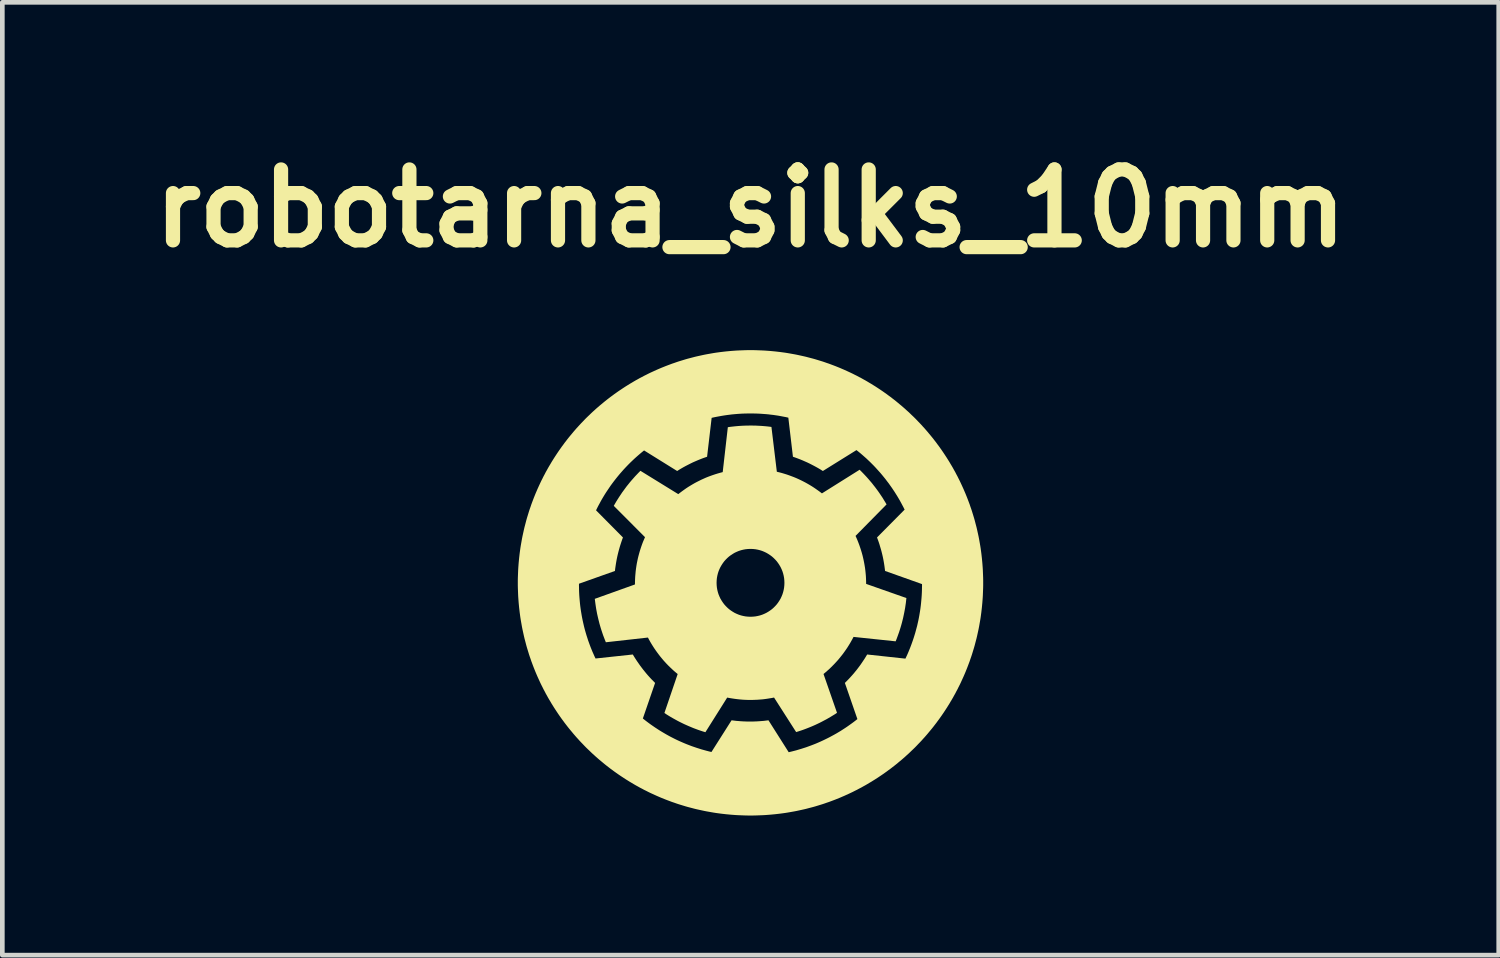
<source format=kicad_pcb>
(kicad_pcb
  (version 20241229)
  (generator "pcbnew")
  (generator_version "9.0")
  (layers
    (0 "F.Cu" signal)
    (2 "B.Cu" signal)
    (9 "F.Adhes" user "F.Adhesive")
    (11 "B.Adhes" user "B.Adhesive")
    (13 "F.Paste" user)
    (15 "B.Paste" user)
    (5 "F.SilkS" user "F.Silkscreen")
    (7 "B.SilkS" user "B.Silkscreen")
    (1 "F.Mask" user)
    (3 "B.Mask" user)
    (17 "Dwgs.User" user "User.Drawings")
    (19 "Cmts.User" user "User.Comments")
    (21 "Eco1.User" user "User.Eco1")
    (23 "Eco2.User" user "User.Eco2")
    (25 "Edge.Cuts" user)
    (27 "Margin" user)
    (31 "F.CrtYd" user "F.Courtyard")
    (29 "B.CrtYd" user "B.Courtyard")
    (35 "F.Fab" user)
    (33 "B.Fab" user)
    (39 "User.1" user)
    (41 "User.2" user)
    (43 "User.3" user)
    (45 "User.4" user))
  (footprint "robotarna_silks_10mm"
    (layer "F.Cu")
    (at 13.077 9.474)
    (property "Reference" "robotarna_silks_10mm" (at 0 -8.048 0) (layer "F.SilkS") (effects (font (size 1.524 1.524) (thickness 0.305))))
    (attr smd)
    (fp_poly (pts (xy -0.000008 0.729) (xy -3.306 0.613) (xy -3.296 0.666) (xy -3.284 0.719) (xy -3.272 0.771) (xy -3.259 0.823) (xy -3.246 0.875) (xy -3.231 0.927) (xy -3.216 0.978) (xy -3.2 1.028) (xy -3.183 1.079) (xy -3.166 1.129) (xy -3.147 1.178) (xy -3.128 1.228) (xy -3.108 1.277) (xy -2.204 1.176) (xy -2.179 1.223) (xy -2.153 1.27) (xy -2.125 1.317) (xy -2.097 1.362) (xy -2.068 1.407) (xy -2.037 1.452) (xy -2.006 1.495) (xy -1.974 1.538) (xy -1.941 1.581) (xy -1.907 1.622) (xy -1.873 1.663) (xy -1.837 1.703) (xy -1.801 1.742) (xy -1.763 1.781) (xy -1.725 1.818) (xy -1.686 1.855) (xy -1.647 1.891) (xy -1.606 1.926) (xy -1.565 1.96) (xy -1.85 2.797) (xy -1.805 2.827) (xy -1.76 2.855) (xy -1.714 2.883) (xy -1.667 2.91) (xy -1.62 2.936) (xy -1.573 2.962) (xy -1.525 2.987) (xy -1.476 3.011) (xy -1.427 3.035) (xy -1.378 3.057) (xy -1.328 3.079) (xy -1.278 3.1) (xy -1.228 3.121) (xy -1.177 3.14) (xy -1.126 3.159) (xy -1.074 3.177) (xy -1.022 3.194) (xy -0.969 3.21) (xy -0.501 2.466) (xy -0.447 2.476) (xy -0.392 2.485) (xy -0.338 2.493) (xy -0.283 2.5) (xy -0.227 2.506) (xy -0.171 2.511) (xy -0.115 2.514) (xy -0.059 2.516) (xy -0.002 2.516) (xy 0.05 2.516) (xy 0.102 2.514) (xy 0.154 2.512) (xy 0.205 2.508) (xy 0.256 2.504) (xy 0.307 2.498) (xy 0.357 2.491) (xy 0.407 2.483) (xy 0.457 2.475) (xy 0.506 2.465) (xy 0.981 3.207) (xy 1.033 3.191) (xy 1.085 3.174) (xy 1.137 3.156) (xy 1.188 3.137) (xy 1.239 3.117) (xy 1.289 3.097) (xy 1.339 3.076) (xy 1.389 3.054) (xy 1.438 3.031) (xy 1.486 3.008) (xy 1.535 2.983) (xy 1.582 2.958) (xy 1.63 2.933) (xy 1.677 2.906) (xy 1.723 2.879) (xy 1.769 2.851) (xy 1.815 2.823) (xy 1.859 2.793) (xy 1.569 1.959) (xy 1.61 1.925) (xy 1.651 1.889) (xy 1.692 1.853) (xy 1.731 1.815) (xy 1.769 1.777) (xy 1.807 1.738) (xy 1.844 1.698) (xy 1.88 1.658) (xy 1.915 1.616) (xy 1.949 1.574) (xy 1.983 1.531) (xy 2.015 1.487) (xy 2.046 1.443) (xy 2.077 1.398) (xy 2.106 1.352) (xy 2.135 1.305) (xy 2.162 1.258) (xy 2.189 1.21) (xy 2.214 1.162) (xy 3.119 1.257) (xy 3.139 1.208) (xy 3.157 1.159) (xy 3.175 1.109) (xy 3.193 1.059) (xy 3.209 1.009) (xy 3.225 0.958) (xy 3.24 0.907) (xy 3.254 0.856) (xy 3.267 0.804) (xy 3.28 0.752) (xy 3.291 0.7) (xy 3.302 0.648) (xy 3.312 0.595) (xy 3.322 0.542) (xy 3.33 0.488) (xy 3.338 0.435) (xy 3.344 0.381) (xy 3.35 0.327) (xy 2.485 0.023) (xy 2.484 -0.035) (xy 2.482 -0.093) (xy 2.479 -0.15) (xy 2.474 -0.207) (xy 2.468 -0.264) (xy 2.461 -0.32) (xy 2.452 -0.375) (xy 2.442 -0.431) (xy 2.431 -0.486) (xy 2.419 -0.54) (xy 2.406 -0.594) (xy 2.391 -0.648) (xy 2.375 -0.701) (xy 2.358 -0.753) (xy 2.34 -0.806) (xy 2.321 -0.857) (xy 2.301 -0.908) (xy 2.28 -0.958) (xy 2.257 -1.008) (xy 2.924 -1.685) (xy 2.895 -1.734) (xy 2.866 -1.781) (xy 2.837 -1.829) (xy 2.806 -1.875) (xy 2.775 -1.921) (xy 2.743 -1.967) (xy 2.71 -2.012) (xy 2.677 -2.056) (xy 2.642 -2.1) (xy 2.608 -2.144) (xy 2.572 -2.186) (xy 2.536 -2.228) (xy 2.499 -2.27) (xy 2.461 -2.311) (xy 2.423 -2.351) (xy 2.384 -2.391) (xy 2.345 -2.43) (xy 1.535 -1.922) (xy 1.492 -1.955) (xy 1.449 -1.986) (xy 1.405 -2.017) (xy 1.361 -2.047) (xy 1.316 -2.076) (xy 1.27 -2.104) (xy 1.223 -2.131) (xy 1.176 -2.157) (xy 1.128 -2.182) (xy 1.08 -2.206) (xy 1.031 -2.229) (xy 0.982 -2.251) (xy 0.931 -2.272) (xy 0.881 -2.291) (xy 0.83 -2.31) (xy 0.778 -2.328) (xy 0.726 -2.344) (xy 0.673 -2.36) (xy 0.62 -2.374) (xy 0.566 -2.387) (xy 0.45 -3.35) (xy 0.396 -3.357) (xy 0.341 -3.363) (xy 0.285 -3.368) (xy 0.23 -3.372) (xy 0.174 -3.375) (xy 0.118 -3.378) (xy 0.062 -3.379) (xy 0.006 -3.38) (xy -0.05 -3.379) (xy -0.106 -3.378) (xy -0.161 -3.376) (xy -0.216 -3.373) (xy -0.271 -3.369) (xy -0.325 -3.364) (xy -0.38 -3.358) (xy -0.434 -3.352) (xy -0.487 -3.344) (xy -0.597 -2.379) (xy -0.65 -2.365) (xy -0.703 -2.35) (xy -0.755 -2.334) (xy -0.806 -2.317) (xy -0.857 -2.299) (xy -0.908 -2.28) (xy -0.958 -2.26) (xy -1.007 -2.238) (xy -1.056 -2.216) (xy -1.104 -2.192) (xy -1.152 -2.168) (xy -1.199 -2.143) (xy -1.246 -2.116) (xy -1.291 -2.089) (xy -1.337 -2.061) (xy -1.381 -2.032) (xy -1.425 -2.001) (xy -1.468 -1.97) (xy -1.511 -1.938) (xy -1.552 -1.906) (xy -2.365 -2.407) (xy -2.404 -2.368) (xy -2.443 -2.327) (xy -2.481 -2.287) (xy -2.518 -2.245) (xy -2.555 -2.203) (xy -2.591 -2.161) (xy -2.626 -2.117) (xy -2.661 -2.074) (xy -2.694 -2.029) (xy -2.727 -1.984) (xy -2.76 -1.939) (xy -2.791 -1.892) (xy -2.822 -1.846) (xy -2.852 -1.799) (xy -2.882 -1.751) (xy -2.91 -1.703) (xy -2.938 -1.654) (xy -2.267 -0.981) (xy -2.288 -0.932) (xy -2.309 -0.883) (xy -2.328 -0.833) (xy -2.346 -0.782) (xy -2.363 -0.731) (xy -2.379 -0.68) (xy -2.394 -0.627) (xy -2.408 -0.575) (xy -2.421 -0.522) (xy -2.432 -0.469) (xy -2.443 -0.415) (xy -2.452 -0.361) (xy -2.46 -0.306) (xy -2.467 -0.251) (xy -2.472 -0.196) (xy -2.477 -0.14) (xy -2.48 -0.084) (xy -2.482 -0.028) (xy -2.483 0.029) (xy -2.483 0.035) (xy -3.346 0.344) (xy -3.339 0.399) (xy -3.332 0.453) (xy -3.324 0.507) (xy -3.316 0.56) (xy -3.306 0.613) (xy -0.000008 0.729) (xy -0.052 0.727) (xy -0.103 0.722) (xy -0.153 0.713) (xy -0.202 0.701) (xy -0.249 0.686) (xy -0.295 0.667) (xy -0.34 0.646) (xy -0.382 0.621) (xy -0.423 0.594) (xy -0.462 0.565) (xy -0.498 0.533) (xy -0.533 0.498) (xy -0.565 0.462) (xy -0.594 0.423) (xy -0.621 0.382) (xy -0.646 0.34) (xy -0.667 0.295) (xy -0.686 0.249) (xy -0.701 0.202) (xy -0.713 0.153) (xy -0.722 0.103) (xy -0.727 0.052) (xy -0.729 0.000017) (xy -0.727 -0.052) (xy -0.722 -0.103) (xy -0.713 -0.153) (xy -0.701 -0.202) (xy -0.686 -0.249) (xy -0.667 -0.295) (xy -0.646 -0.339) (xy -0.621 -0.382) (xy -0.594 -0.423) (xy -0.565 -0.462) (xy -0.533 -0.498) (xy -0.498 -0.533) (xy -0.462 -0.565) (xy -0.423 -0.594) (xy -0.382 -0.621) (xy -0.34 -0.646) (xy -0.295 -0.667) (xy -0.249 -0.686) (xy -0.202 -0.701) (xy -0.153 -0.713) (xy -0.103 -0.722) (xy -0.052 -0.727) (xy -0.000008 -0.729) (xy 0.052 -0.727) (xy 0.103 -0.722) (xy 0.153 -0.713) (xy 0.202 -0.701) (xy 0.249 -0.686) (xy 0.295 -0.667) (xy 0.339 -0.646) (xy 0.382 -0.621) (xy 0.423 -0.594) (xy 0.462 -0.565) (xy 0.498 -0.533) (xy 0.533 -0.498) (xy 0.565 -0.462) (xy 0.594 -0.423) (xy 0.621 -0.382) (xy 0.646 -0.339) (xy 0.667 -0.295) (xy 0.686 -0.249) (xy 0.701 -0.202) (xy 0.713 -0.153) (xy 0.722 -0.103) (xy 0.727 -0.052) (xy 0.729 0.000017) (xy 0.727 0.052) (xy 0.722 0.103) (xy 0.713 0.153) (xy 0.701 0.202) (xy 0.686 0.249) (xy 0.667 0.295) (xy 0.646 0.34) (xy 0.621 0.382) (xy 0.594 0.423) (xy 0.565 0.462) (xy 0.533 0.498) (xy 0.498 0.533) (xy 0.462 0.565) (xy 0.423 0.594) (xy 0.382 0.621) (xy 0.339 0.646) (xy 0.295 0.667) (xy 0.249 0.686) (xy 0.202 0.701) (xy 0.153 0.713) (xy 0.103 0.722) (xy 0.052 0.727) (xy -0.000008 0.729)) (stroke (width 0) (type solid)) (fill yes) (layer "F.SilkS"))
    (fp_poly (pts (xy 3.329 1.629) (xy 0.739 4.946) (xy 0.79 4.938) (xy 0.842 4.929) (xy 0.893 4.92) (xy 0.944 4.911) (xy 0.995 4.901) (xy 1.046 4.89) (xy 1.096 4.879) (xy 1.146 4.868) (xy 1.197 4.856) (xy 1.246 4.843) (xy 1.296 4.83) (xy 1.346 4.817) (xy 1.395 4.803) (xy 1.444 4.788) (xy 1.493 4.773) (xy 1.542 4.758) (xy 1.59 4.742) (xy 1.638 4.725) (xy 1.686 4.709) (xy 1.734 4.691) (xy 1.782 4.673) (xy 1.829 4.655) (xy 1.876 4.636) (xy 1.923 4.617) (xy 1.969 4.597) (xy 2.016 4.577) (xy 2.062 4.556) (xy 2.108 4.535) (xy 2.153 4.514) (xy 2.199 4.492) (xy 2.244 4.469) (xy 2.289 4.447) (xy 2.333 4.423) (xy 2.378 4.4) (xy 2.422 4.375) (xy 2.466 4.351) (xy 2.509 4.326) (xy 2.552 4.3) (xy 2.595 4.275) (xy 2.638 4.248) (xy 2.68 4.222) (xy 2.723 4.194) (xy 2.764 4.167) (xy 2.806 4.139) (xy 2.847 4.111) (xy 2.888 4.082) (xy 2.929 4.053) (xy 2.969 4.023) (xy 3.009 3.994) (xy 3.049 3.963) (xy 3.088 3.933) (xy 3.127 3.902) (xy 3.166 3.87) (xy 3.204 3.838) (xy 3.243 3.806) (xy 3.28 3.774) (xy 3.318 3.741) (xy 3.355 3.707) (xy 3.392 3.674) (xy 3.428 3.64) (xy 3.464 3.605) (xy 3.5 3.571) (xy 3.536 3.536) (xy 3.571 3.5) (xy 3.605 3.464) (xy 3.64 3.428) (xy 3.674 3.392) (xy 3.707 3.355) (xy 3.741 3.318) (xy 3.774 3.28) (xy 3.806 3.243) (xy 3.838 3.204) (xy 3.87 3.166) (xy 3.902 3.127) (xy 3.933 3.088) (xy 3.963 3.049) (xy 3.994 3.009) (xy 4.023 2.969) (xy 4.053 2.929) (xy 4.082 2.888) (xy 4.111 2.847) (xy 4.139 2.806) (xy 4.167 2.764) (xy 4.194 2.723) (xy 4.222 2.68) (xy 4.248 2.638) (xy 4.275 2.595) (xy 4.3 2.552) (xy 4.326 2.509) (xy 4.351 2.466) (xy 4.375 2.422) (xy 4.4 2.378) (xy 4.423 2.333) (xy 4.447 2.289) (xy 4.469 2.244) (xy 4.492 2.199) (xy 4.514 2.154) (xy 4.535 2.108) (xy 4.556 2.062) (xy 4.577 2.016) (xy 4.597 1.97) (xy 4.617 1.923) (xy 4.636 1.876) (xy 4.655 1.829) (xy 4.673 1.782) (xy 4.691 1.734) (xy 4.709 1.686) (xy 4.725 1.638) (xy 4.742 1.59) (xy 4.758 1.542) (xy 4.773 1.493) (xy 4.788 1.444) (xy 4.803 1.395) (xy 4.817 1.346) (xy 4.83 1.296) (xy 4.843 1.246) (xy 4.856 1.197) (xy 4.868 1.146) (xy 4.879 1.096) (xy 4.89 1.046) (xy 4.901 0.995) (xy 4.911 0.944) (xy 4.92 0.893) (xy 4.929 0.842) (xy 4.938 0.79) (xy 4.946 0.739) (xy 4.953 0.687) (xy 4.96 0.635) (xy 4.966 0.583) (xy 4.972 0.531) (xy 4.977 0.478) (xy 4.982 0.426) (xy 4.986 0.373) (xy 4.99 0.32) (xy 4.993 0.267) (xy 4.995 0.214) (xy 4.997 0.161) (xy 4.999 0.107) (xy 5 0.054) (xy 5 0.000014) (xy 5 -0.054) (xy 4.999 -0.107) (xy 4.997 -0.161) (xy 4.995 -0.214) (xy 4.993 -0.267) (xy 4.99 -0.32) (xy 4.986 -0.373) (xy 4.982 -0.426) (xy 4.977 -0.478) (xy 4.972 -0.531) (xy 4.966 -0.583) (xy 4.96 -0.635) (xy 4.953 -0.687) (xy 4.946 -0.739) (xy 4.938 -0.79) (xy 4.929 -0.842) (xy 4.92 -0.893) (xy 4.911 -0.944) (xy 4.901 -0.995) (xy 4.89 -1.046) (xy 4.879 -1.096) (xy 4.868 -1.146) (xy 4.856 -1.197) (xy 4.843 -1.246) (xy 4.83 -1.296) (xy 4.817 -1.346) (xy 4.803 -1.395) (xy 4.788 -1.444) (xy 4.773 -1.493) (xy 4.758 -1.542) (xy 4.742 -1.59) (xy 4.725 -1.638) (xy 4.709 -1.686) (xy 4.691 -1.734) (xy 4.673 -1.782) (xy 4.655 -1.829) (xy 4.636 -1.876) (xy 4.617 -1.923) (xy 4.597 -1.969) (xy 4.577 -2.016) (xy 4.556 -2.062) (xy 4.535 -2.108) (xy 4.514 -2.153) (xy 4.492 -2.199) (xy 4.469 -2.244) (xy 4.447 -2.289) (xy 4.423 -2.333) (xy 4.4 -2.378) (xy 4.375 -2.422) (xy 4.351 -2.466) (xy 4.326 -2.509) (xy 4.3 -2.552) (xy 4.275 -2.595) (xy 4.248 -2.638) (xy 4.222 -2.68) (xy 4.194 -2.723) (xy 4.167 -2.764) (xy 4.139 -2.806) (xy 4.111 -2.847) (xy 4.082 -2.888) (xy 4.053 -2.929) (xy 4.023 -2.969) (xy 3.994 -3.009) (xy 3.963 -3.049) (xy 3.933 -3.088) (xy 3.902 -3.127) (xy 3.87 -3.166) (xy 3.838 -3.204) (xy 3.806 -3.243) (xy 3.774 -3.28) (xy 3.741 -3.318) (xy 3.707 -3.355) (xy 3.674 -3.392) (xy 3.64 -3.428) (xy 3.605 -3.464) (xy 3.571 -3.5) (xy 3.536 -3.536) (xy 3.5 -3.571) (xy 3.464 -3.605) (xy 3.428 -3.64) (xy 3.392 -3.674) (xy 3.355 -3.707) (xy 3.318 -3.741) (xy 3.28 -3.774) (xy 3.243 -3.806) (xy 3.204 -3.838) (xy 3.166 -3.87) (xy 3.127 -3.902) (xy 3.088 -3.933) (xy 3.049 -3.963) (xy 3.009 -3.994) (xy 2.969 -4.023) (xy 2.929 -4.053) (xy 2.888 -4.082) (xy 2.847 -4.111) (xy 2.806 -4.139) (xy 2.764 -4.167) (xy 2.723 -4.194) (xy 2.68 -4.222) (xy 2.638 -4.248) (xy 2.595 -4.275) (xy 2.552 -4.3) (xy 2.509 -4.326) (xy 2.466 -4.351) (xy 2.422 -4.375) (xy 2.378 -4.4) (xy 2.333 -4.423) (xy 2.289 -4.447) (xy 2.244 -4.469) (xy 2.199 -4.492) (xy 2.153 -4.514) (xy 2.108 -4.535) (xy 2.062 -4.556) (xy 2.016 -4.577) (xy 1.969 -4.597) (xy 1.923 -4.617) (xy 1.876 -4.636) (xy 1.829 -4.655) (xy 1.782 -4.673) (xy 1.734 -4.691) (xy 1.686 -4.709) (xy 1.638 -4.725) (xy 1.59 -4.742) (xy 1.542 -4.758) (xy 1.493 -4.773) (xy 1.444 -4.788) (xy 1.395 -4.803) (xy 1.346 -4.817) (xy 1.296 -4.83) (xy 1.246 -4.843) (xy 1.197 -4.856) (xy 1.146 -4.868) (xy 1.096 -4.879) (xy 1.046 -4.89) (xy 0.995 -4.901) (xy 0.944 -4.911) (xy 0.893 -4.92) (xy 0.842 -4.929) (xy 0.79 -4.938) (xy 0.739 -4.946) (xy 0.687 -4.953) (xy 0.635 -4.96) (xy 0.583 -4.966) (xy 0.531 -4.972) (xy 0.478 -4.977) (xy 0.426 -4.982) (xy 0.373 -4.986) (xy 0.32 -4.99) (xy 0.267 -4.993) (xy 0.214 -4.995) (xy 0.161 -4.997) (xy 0.107 -4.999) (xy 0.054 -5) (xy -0.000014 -5) (xy -0.054 -5) (xy -0.107 -4.999) (xy -0.161 -4.997) (xy -0.214 -4.995) (xy -0.267 -4.993) (xy -0.32 -4.99) (xy -0.373 -4.986) (xy -0.426 -4.982) (xy -0.478 -4.977) (xy -0.531 -4.972) (xy -0.583 -4.966) (xy -0.635 -4.96) (xy -0.687 -4.953) (xy -0.739 -4.946) (xy -0.79 -4.938) (xy -0.842 -4.929) (xy -0.893 -4.92) (xy -0.944 -4.911) (xy -0.995 -4.901) (xy -1.046 -4.89) (xy -1.096 -4.879) (xy -1.146 -4.868) (xy -1.197 -4.856) (xy -1.246 -4.843) (xy -1.296 -4.83) (xy -1.346 -4.817) (xy -1.395 -4.803) (xy -1.444 -4.788) (xy -1.493 -4.773) (xy -1.542 -4.758) (xy -1.59 -4.742) (xy -1.638 -4.725) (xy -1.686 -4.709) (xy -1.734 -4.691) (xy -1.782 -4.673) (xy -1.829 -4.655) (xy -1.876 -4.636) (xy -1.923 -4.617) (xy -1.97 -4.597) (xy -2.016 -4.577) (xy -2.062 -4.556) (xy -2.108 -4.535) (xy -2.154 -4.514) (xy -2.199 -4.492) (xy -2.244 -4.469) (xy -2.289 -4.447) (xy -2.333 -4.423) (xy -2.378 -4.4) (xy -2.422 -4.375) (xy -2.466 -4.351) (xy -2.509 -4.326) (xy -2.552 -4.3) (xy -2.595 -4.275) (xy -2.638 -4.248) (xy -2.68 -4.222) (xy -2.723 -4.194) (xy -2.764 -4.167) (xy -2.806 -4.139) (xy -2.847 -4.111) (xy -2.888 -4.082) (xy -2.929 -4.053) (xy -2.969 -4.023) (xy -3.009 -3.994) (xy -3.049 -3.963) (xy -3.088 -3.933) (xy -3.127 -3.902) (xy -3.166 -3.87) (xy -3.204 -3.838) (xy -3.243 -3.806) (xy -3.28 -3.774) (xy -3.318 -3.741) (xy -3.355 -3.707) (xy -3.392 -3.674) (xy -3.428 -3.64) (xy -3.464 -3.605) (xy -3.5 -3.571) (xy -3.536 -3.536) (xy -3.571 -3.5) (xy -3.605 -3.464) (xy -3.64 -3.428) (xy -3.674 -3.392) (xy -3.707 -3.355) (xy -3.741 -3.318) (xy -3.774 -3.28) (xy -3.806 -3.243) (xy -3.838 -3.204) (xy -3.87 -3.166) (xy -3.902 -3.127) (xy -3.933 -3.088) (xy -3.963 -3.049) (xy -3.994 -3.009) (xy -4.023 -2.969) (xy -4.053 -2.929) (xy -4.082 -2.888) (xy -4.111 -2.847) (xy -4.139 -2.806) (xy -4.167 -2.764) (xy -4.194 -2.723) (xy -4.222 -2.68) (xy -4.248 -2.638) (xy -4.275 -2.595) (xy -4.3 -2.552) (xy -4.326 -2.509) (xy -4.351 -2.466) (xy -4.375 -2.422) (xy -4.4 -2.378) (xy -4.423 -2.333) (xy -4.447 -2.289) (xy -4.469 -2.244) (xy -4.492 -2.199) (xy -4.514 -2.153) (xy -4.535 -2.108) (xy -4.556 -2.062) (xy -4.577 -2.016) (xy -4.597 -1.969) (xy -4.617 -1.923) (xy -4.636 -1.876) (xy -4.655 -1.829) (xy -4.673 -1.782) (xy -4.691 -1.734) (xy -4.709 -1.686) (xy -4.725 -1.638) (xy -4.742 -1.59) (xy -4.758 -1.542) (xy -4.773 -1.493) (xy -4.788 -1.444) (xy -4.803 -1.395) (xy -4.817 -1.346) (xy -4.83 -1.296) (xy -4.843 -1.246) (xy -4.856 -1.197) (xy -4.868 -1.146) (xy -4.879 -1.096) (xy -4.89 -1.046) (xy -4.901 -0.995) (xy -4.911 -0.944) (xy -4.92 -0.893) (xy -4.929 -0.842) (xy -4.938 -0.79) (xy -4.946 -0.739) (xy -4.953 -0.687) (xy -4.96 -0.635) (xy -4.966 -0.583) (xy -4.972 -0.531) (xy -4.977 -0.478) (xy -4.982 -0.426) (xy -4.986 -0.373) (xy -4.99 -0.32) (xy -4.993 -0.267) (xy -4.995 -0.214) (xy -4.997 -0.161) (xy -4.999 -0.107) (xy -5 -0.054) (xy -5 0.000014) (xy -5 0.054) (xy -4.999 0.107) (xy -4.997 0.161) (xy -4.995 0.214) (xy -4.993 0.267) (xy -4.99 0.32) (xy -4.986 0.373) (xy -4.982 0.426) (xy -4.977 0.478) (xy -4.972 0.531) (xy -4.966 0.583) (xy -4.96 0.635) (xy -4.953 0.687) (xy -4.946 0.739) (xy -4.938 0.79) (xy -4.929 0.842) (xy -4.92 0.893) (xy -4.911 0.944) (xy -4.901 0.995) (xy -4.89 1.046) (xy -4.879 1.096) (xy -4.868 1.146) (xy -4.856 1.197) (xy -4.843 1.246) (xy -4.83 1.296) (xy -4.817 1.346) (xy -4.803 1.395) (xy -4.788 1.444) (xy -4.773 1.493) (xy -4.758 1.542) (xy -4.742 1.59) (xy -4.725 1.638) (xy -4.709 1.686) (xy -4.691 1.734) (xy -4.673 1.782) (xy -4.655 1.829) (xy -4.636 1.876) (xy -4.617 1.923) (xy -4.597 1.97) (xy -4.577 2.016) (xy -4.556 2.062) (xy -4.535 2.108) (xy -4.514 2.154) (xy -4.492 2.199) (xy -4.469 2.244) (xy -4.447 2.289) (xy -4.423 2.333) (xy -4.4 2.378) (xy -4.375 2.422) (xy -4.351 2.466) (xy -4.326 2.509) (xy -4.3 2.552) (xy -4.275 2.595) (xy -4.248 2.638) (xy -4.222 2.68) (xy -4.194 2.723) (xy -4.167 2.764) (xy -4.139 2.806) (xy -4.111 2.847) (xy -4.082 2.888) (xy -4.053 2.929) (xy -4.023 2.969) (xy -3.994 3.009) (xy -3.963 3.049) (xy -3.933 3.088) (xy -3.902 3.127) (xy -3.87 3.166) (xy -3.838 3.204) (xy -3.806 3.243) (xy -3.774 3.28) (xy -3.741 3.318) (xy -3.707 3.355) (xy -3.674 3.392) (xy -3.64 3.428) (xy -3.605 3.464) (xy -3.571 3.5) (xy -3.536 3.536) (xy -3.5 3.571) (xy -3.464 3.605) (xy -3.428 3.64) (xy -3.392 3.674) (xy -3.355 3.707) (xy -3.318 3.741) (xy -3.28 3.774) (xy -3.243 3.806) (xy -3.204 3.838) (xy -3.166 3.87) (xy -3.127 3.902) (xy -3.088 3.933) (xy -3.049 3.963) (xy -3.009 3.994) (xy -2.969 4.023) (xy -2.929 4.053) (xy -2.888 4.082) (xy -2.847 4.111) (xy -2.806 4.139) (xy -2.764 4.167) (xy -2.723 4.194) (xy -2.68 4.222) (xy -2.638 4.248) (xy -2.595 4.275) (xy -2.552 4.3) (xy -2.509 4.326) (xy -2.466 4.351) (xy -2.422 4.375) (xy -2.378 4.4) (xy -2.333 4.423) (xy -2.289 4.447) (xy -2.244 4.469) (xy -2.199 4.492) (xy -2.154 4.514) (xy -2.108 4.535) (xy -2.062 4.556) (xy -2.016 4.577) (xy -1.97 4.597) (xy -1.923 4.617) (xy -1.876 4.636) (xy -1.829 4.655) (xy -1.782 4.673) (xy -1.734 4.691) (xy -1.686 4.709) (xy -1.638 4.725) (xy -1.59 4.742) (xy -1.542 4.758) (xy -1.493 4.773) (xy -1.444 4.788) (xy -1.395 4.803) (xy -1.346 4.817) (xy -1.296 4.83) (xy -1.246 4.843) (xy -1.197 4.856) (xy -1.146 4.868) (xy -1.096 4.879) (xy -1.046 4.89) (xy -0.995 4.901) (xy -0.944 4.911) (xy -0.893 4.92) (xy -0.842 4.929) (xy -0.79 4.938) (xy -0.739 4.946) (xy -0.687 4.953) (xy -0.635 4.96) (xy -0.583 4.966) (xy -0.531 4.972) (xy -0.478 4.977) (xy -0.426 4.982) (xy -0.373 4.986) (xy -0.32 4.99) (xy -0.267 4.993) (xy -0.214 4.995) (xy -0.161 4.997) (xy -0.107 4.999) (xy -0.054 5) (xy -0.000014 5) (xy 0.054 5) (xy 0.107 4.999) (xy 0.161 4.997) (xy 0.214 4.995) (xy 0.267 4.993) (xy 0.32 4.99) (xy 0.373 4.986) (xy 0.426 4.982) (xy 0.478 4.977) (xy 0.531 4.972) (xy 0.583 4.966) (xy 0.635 4.96) (xy 0.687 4.953) (xy 0.739 4.946) (xy 3.329 1.629) (xy 2.507 1.54) (xy 2.478 1.588) (xy 2.449 1.635) (xy 2.418 1.681) (xy 2.387 1.727) (xy 2.355 1.773) (xy 2.322 1.817) (xy 2.288 1.862) (xy 2.253 1.905) (xy 2.218 1.948) (xy 2.181 1.99) (xy 2.144 2.031) (xy 2.106 2.072) (xy 2.068 2.111) (xy 2.028 2.151) (xy 2.297 2.928) (xy 2.254 2.962) (xy 2.211 2.995) (xy 2.167 3.027) (xy 2.122 3.059) (xy 2.078 3.09) (xy 2.032 3.121) (xy 1.987 3.15) (xy 1.941 3.18) (xy 1.894 3.208) (xy 1.847 3.236) (xy 1.799 3.263) (xy 1.751 3.289) (xy 1.703 3.315) (xy 1.654 3.34) (xy 1.605 3.364) (xy 1.555 3.388) (xy 1.505 3.411) (xy 1.455 3.433) (xy 1.404 3.455) (xy 1.353 3.475) (xy 1.301 3.495) (xy 1.249 3.514) (xy 1.197 3.533) (xy 1.144 3.55) (xy 1.091 3.567) (xy 1.037 3.583) (xy 0.984 3.599) (xy 0.93 3.613) (xy 0.875 3.627) (xy 0.821 3.64) (xy 0.386 2.954) (xy 0.337 2.96) (xy 0.288 2.966) (xy 0.239 2.97) (xy 0.189 2.974) (xy 0.14 2.977) (xy 0.09 2.979) (xy 0.04 2.981) (xy -0.011 2.981) (xy -0.061 2.981) (xy -0.111 2.979) (xy -0.161 2.977) (xy -0.211 2.974) (xy -0.26 2.97) (xy -0.309 2.966) (xy -0.358 2.96) (xy -0.407 2.954) (xy -0.839 3.635) (xy -0.894 3.622) (xy -0.948 3.608) (xy -1.002 3.593) (xy -1.056 3.578) (xy -1.109 3.561) (xy -1.162 3.544) (xy -1.215 3.526) (xy -1.267 3.508) (xy -1.319 3.488) (xy -1.371 3.468) (xy -1.422 3.447) (xy -1.473 3.425) (xy -1.523 3.403) (xy -1.573 3.38) (xy -1.623 3.356) (xy -1.672 3.331) (xy -1.721 3.306) (xy -1.769 3.28) (xy -1.817 3.253) (xy -1.865 3.225) (xy -1.912 3.197) (xy -1.958 3.169) (xy -2.004 3.139) (xy -2.05 3.109) (xy -2.095 3.078) (xy -2.14 3.047) (xy -2.184 3.015) (xy -2.228 2.982) (xy -2.271 2.949) (xy -2.313 2.915) (xy -2.05 2.151) (xy -2.089 2.111) (xy -2.128 2.072) (xy -2.166 2.031) (xy -2.203 1.99) (xy -2.239 1.948) (xy -2.274 1.905) (xy -2.309 1.862) (xy -2.343 1.817) (xy -2.376 1.773) (xy -2.408 1.727) (xy -2.44 1.681) (xy -2.47 1.635) (xy -2.5 1.588) (xy -2.529 1.54) (xy -3.33 1.626) (xy -3.353 1.578) (xy -3.374 1.53) (xy -3.396 1.481) (xy -3.416 1.432) (xy -3.436 1.382) (xy -3.455 1.332) (xy -3.473 1.282) (xy -3.491 1.232) (xy -3.507 1.181) (xy -3.524 1.129) (xy -3.539 1.078) (xy -3.554 1.026) (xy -3.568 0.974) (xy -3.581 0.921) (xy -3.593 0.869) (xy -3.605 0.816) (xy -3.616 0.762) (xy -3.626 0.709) (xy -3.635 0.655) (xy -3.644 0.601) (xy -3.652 0.546) (xy -3.659 0.492) (xy -3.665 0.437) (xy -3.67 0.382) (xy -3.675 0.326) (xy -3.679 0.271) (xy -3.682 0.215) (xy -3.684 0.159) (xy -3.685 0.102) (xy -3.686 0.046) (xy -3.685 0.019) (xy -2.913 -0.255) (xy -2.907 -0.308) (xy -2.899 -0.362) (xy -2.891 -0.415) (xy -2.882 -0.467) (xy -2.872 -0.52) (xy -2.861 -0.572) (xy -2.849 -0.623) (xy -2.836 -0.675) (xy -2.822 -0.726) (xy -2.808 -0.776) (xy -2.792 -0.827) (xy -2.776 -0.876) (xy -2.759 -0.926) (xy -2.741 -0.975) (xy -3.319 -1.558) (xy -3.294 -1.609) (xy -3.269 -1.658) (xy -3.242 -1.707) (xy -3.216 -1.756) (xy -3.188 -1.805) (xy -3.16 -1.852) (xy -3.131 -1.9) (xy -3.101 -1.947) (xy -3.07 -1.993) (xy -3.039 -2.039) (xy -3.008 -2.085) (xy -2.975 -2.13) (xy -2.942 -2.174) (xy -2.908 -2.218) (xy -2.874 -2.261) (xy -2.839 -2.304) (xy -2.803 -2.347) (xy -2.767 -2.388) (xy -2.73 -2.43) (xy -2.693 -2.47) (xy -2.655 -2.51) (xy -2.616 -2.55) (xy -2.577 -2.589) (xy -2.537 -2.627) (xy -2.497 -2.665) (xy -2.456 -2.702) (xy -2.414 -2.739) (xy -2.372 -2.775) (xy -2.33 -2.81) (xy -2.287 -2.845) (xy -1.576 -2.403) (xy -1.53 -2.432) (xy -1.483 -2.46) (xy -1.436 -2.487) (xy -1.388 -2.513) (xy -1.339 -2.538) (xy -1.29 -2.563) (xy -1.241 -2.587) (xy -1.191 -2.609) (xy -1.14 -2.631) (xy -1.089 -2.652) (xy -1.038 -2.672) (xy -0.986 -2.691) (xy -0.933 -2.709) (xy -0.835 -3.545) (xy -0.782 -3.557) (xy -0.727 -3.568) (xy -0.673 -3.578) (xy -0.618 -3.588) (xy -0.563 -3.597) (xy -0.508 -3.605) (xy -0.453 -3.612) (xy -0.397 -3.619) (xy -0.341 -3.624) (xy -0.285 -3.629) (xy -0.228 -3.633) (xy -0.171 -3.636) (xy -0.115 -3.638) (xy -0.057 -3.639) (xy -0.000014 -3.64) (xy 0.056 -3.639) (xy 0.111 -3.638) (xy 0.167 -3.636) (xy 0.222 -3.633) (xy 0.277 -3.629) (xy 0.332 -3.625) (xy 0.386 -3.62) (xy 0.441 -3.613) (xy 0.495 -3.607) (xy 0.548 -3.599) (xy 0.602 -3.591) (xy 0.655 -3.581) (xy 0.708 -3.571) (xy 0.761 -3.561) (xy 0.813 -3.549) (xy 0.912 -2.709) (xy 0.965 -2.691) (xy 1.016 -2.672) (xy 1.068 -2.652) (xy 1.119 -2.631) (xy 1.169 -2.609) (xy 1.219 -2.587) (xy 1.269 -2.563) (xy 1.318 -2.538) (xy 1.366 -2.513) (xy 1.414 -2.487) (xy 1.462 -2.46) (xy 1.509 -2.432) (xy 1.555 -2.403) (xy 2.277 -2.852) (xy 2.32 -2.818) (xy 2.363 -2.783) (xy 2.405 -2.747) (xy 2.447 -2.71) (xy 2.488 -2.674) (xy 2.528 -2.636) (xy 2.568 -2.598) (xy 2.607 -2.559) (xy 2.646 -2.52) (xy 2.684 -2.48) (xy 2.721 -2.439) (xy 2.758 -2.398) (xy 2.795 -2.357) (xy 2.83 -2.315) (xy 2.865 -2.272) (xy 2.9 -2.229) (xy 2.933 -2.185) (xy 2.967 -2.141) (xy 2.999 -2.096) (xy 3.031 -2.051) (xy 3.062 -2.005) (xy 3.093 -1.959) (xy 3.122 -1.913) (xy 3.152 -1.865) (xy 3.18 -1.818) (xy 3.208 -1.77) (xy 3.235 -1.721) (xy 3.261 -1.672) (xy 3.287 -1.623) (xy 3.312 -1.573) (xy 2.719 -0.975) (xy 2.737 -0.926) (xy 2.755 -0.876) (xy 2.771 -0.827) (xy 2.786 -0.776) (xy 2.801 -0.726) (xy 2.815 -0.675) (xy 2.828 -0.623) (xy 2.84 -0.572) (xy 2.851 -0.52) (xy 2.861 -0.467) (xy 2.87 -0.415) (xy 2.878 -0.362) (xy 2.885 -0.308) (xy 2.892 -0.255) (xy 3.685 0.027) (xy 3.686 0.046) (xy 3.685 0.102) (xy 3.684 0.159) (xy 3.682 0.215) (xy 3.679 0.271) (xy 3.675 0.327) (xy 3.67 0.382) (xy 3.665 0.437) (xy 3.659 0.492) (xy 3.652 0.547) (xy 3.644 0.601) (xy 3.635 0.656) (xy 3.626 0.71) (xy 3.616 0.763) (xy 3.605 0.817) (xy 3.593 0.87) (xy 3.581 0.923) (xy 3.567 0.975) (xy 3.553 1.027) (xy 3.539 1.079) (xy 3.523 1.131) (xy 3.507 1.182) (xy 3.49 1.233) (xy 3.472 1.284) (xy 3.454 1.334) (xy 3.435 1.384) (xy 3.415 1.434) (xy 3.395 1.483) (xy 3.374 1.532) (xy 3.352 1.58) (xy 3.329 1.629)) (stroke (width 0) (type solid)) (fill yes) (layer "F.SilkS")))
  (gr_rect
    (start -3 -3)
    (end 29.155 17.474)
    (stroke (width 0.1) (type default))
    (fill no)
    (layer "Edge.Cuts")))
</source>
